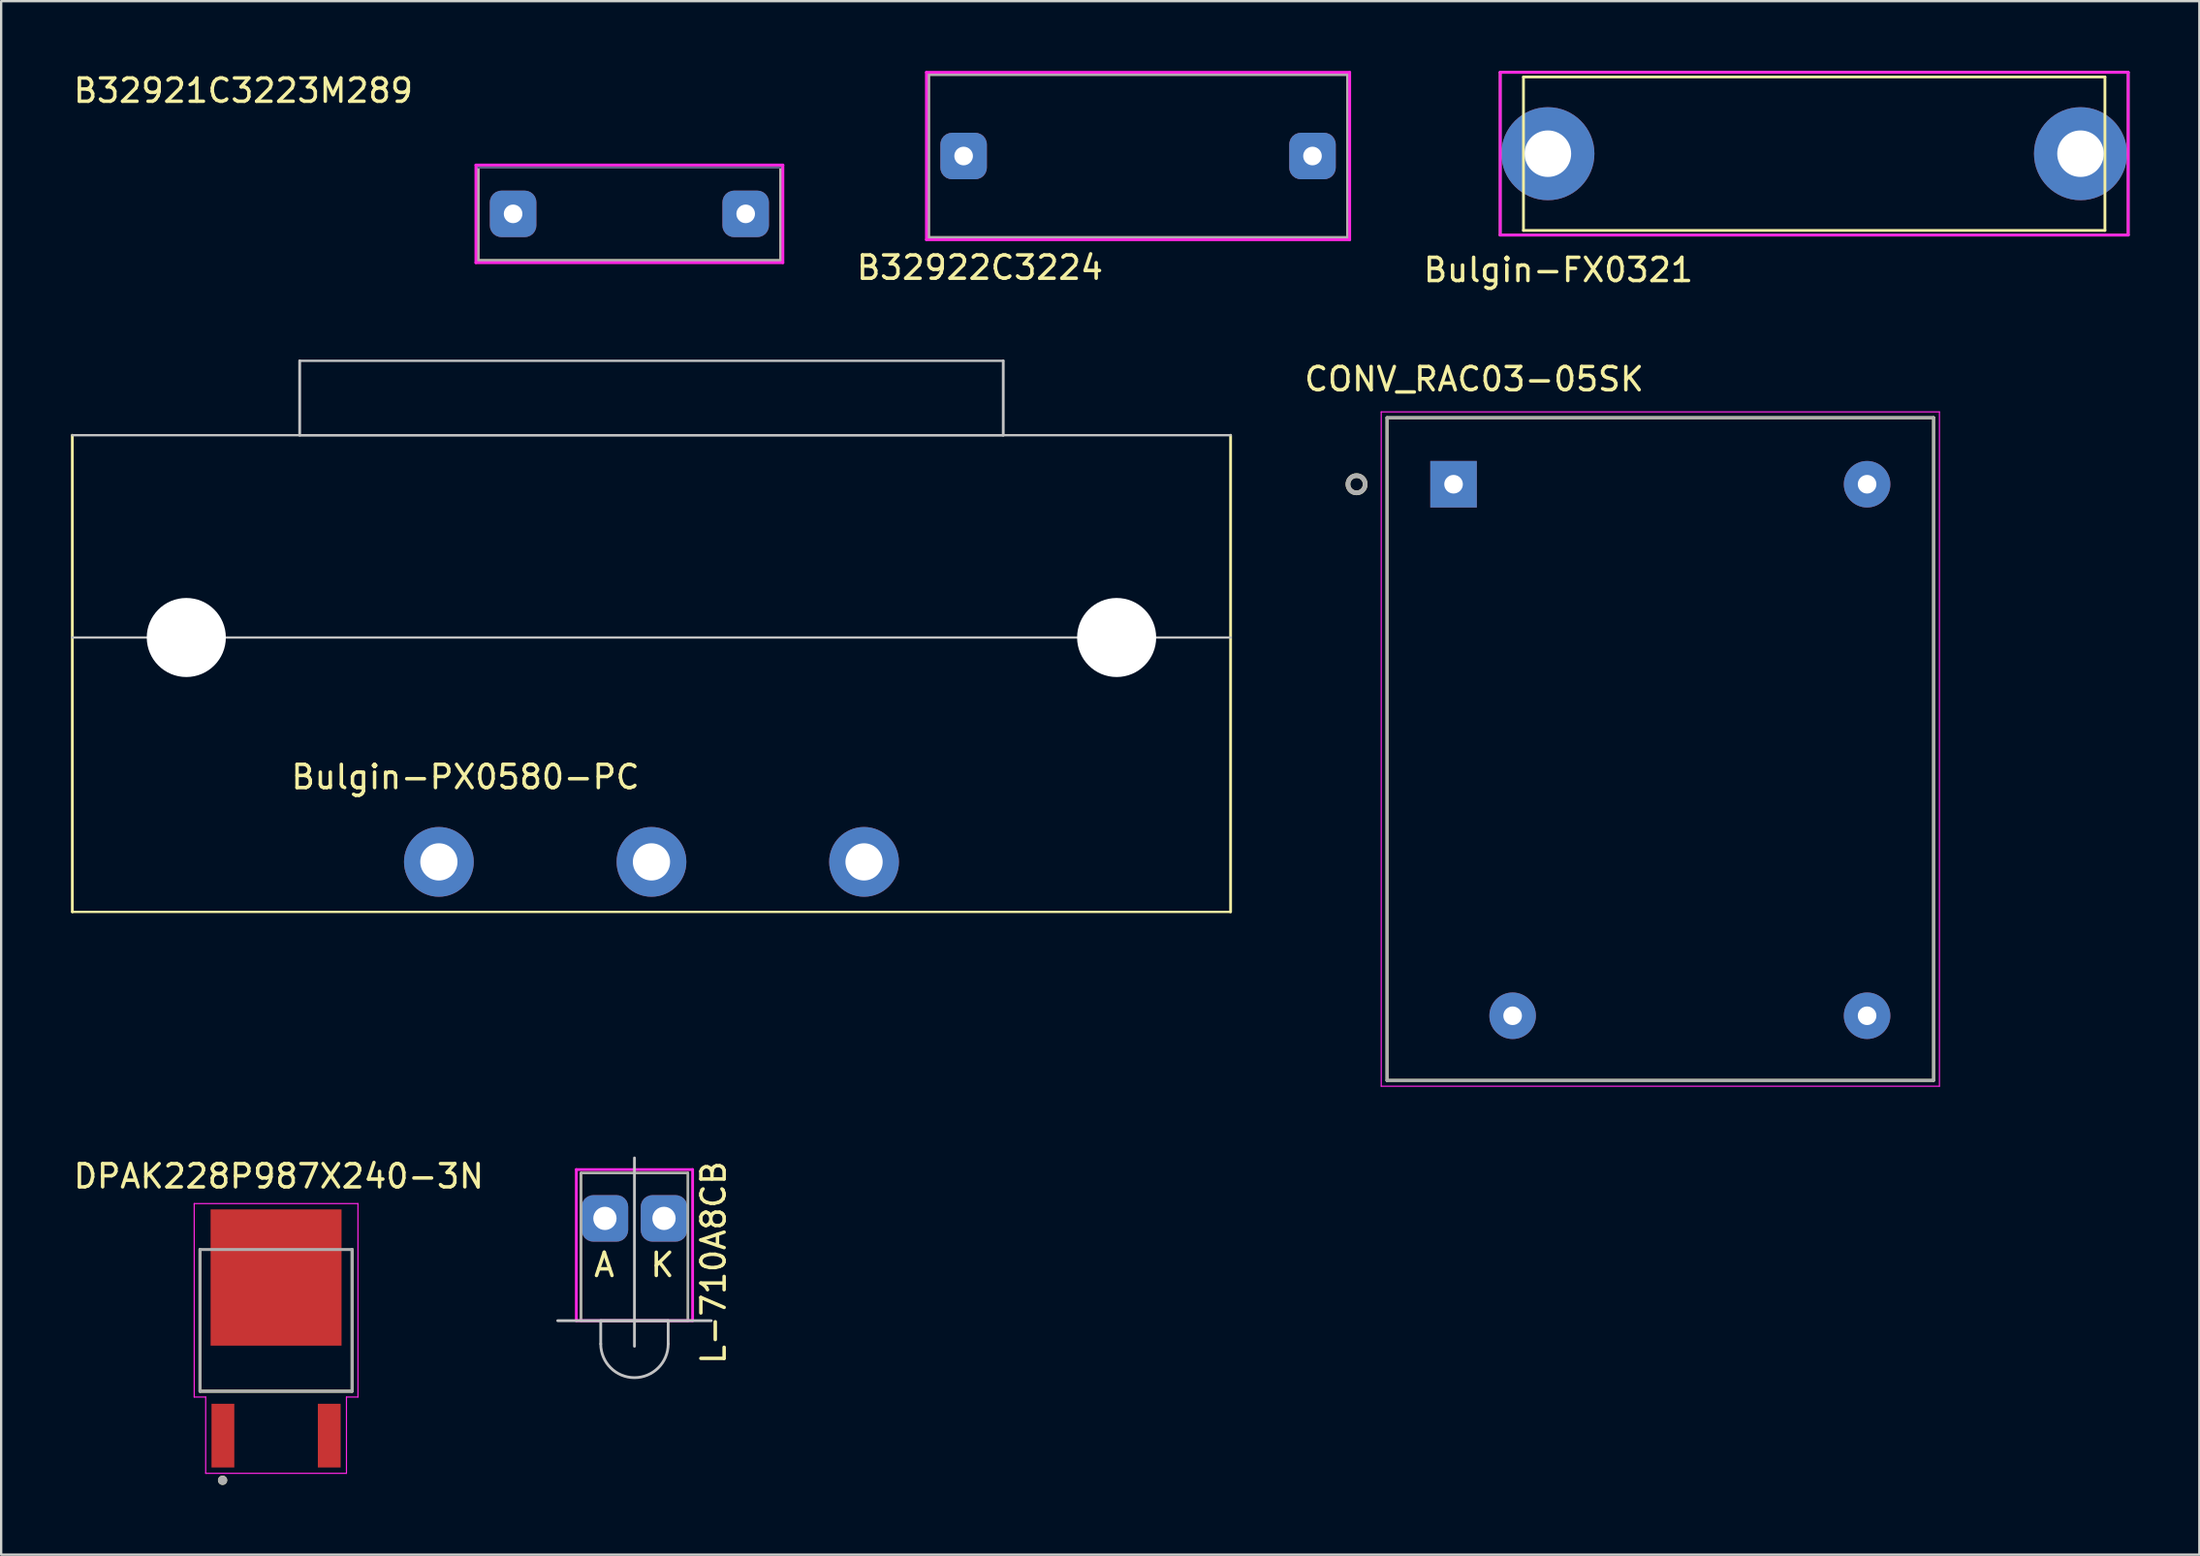
<source format=kicad_pcb>
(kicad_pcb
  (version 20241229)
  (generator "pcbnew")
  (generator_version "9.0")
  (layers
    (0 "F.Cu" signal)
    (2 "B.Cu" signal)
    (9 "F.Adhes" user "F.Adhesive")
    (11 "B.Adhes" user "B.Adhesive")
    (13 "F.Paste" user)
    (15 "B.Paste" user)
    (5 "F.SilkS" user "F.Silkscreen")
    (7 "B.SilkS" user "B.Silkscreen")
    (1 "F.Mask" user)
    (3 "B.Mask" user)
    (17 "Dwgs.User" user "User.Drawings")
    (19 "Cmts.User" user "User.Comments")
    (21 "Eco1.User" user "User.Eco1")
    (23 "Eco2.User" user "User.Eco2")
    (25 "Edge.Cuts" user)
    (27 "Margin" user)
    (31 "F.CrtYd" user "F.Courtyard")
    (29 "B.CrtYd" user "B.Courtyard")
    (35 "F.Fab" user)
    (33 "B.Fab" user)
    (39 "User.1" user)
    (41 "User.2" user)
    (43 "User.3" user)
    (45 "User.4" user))
  (footprint "DPAK228P987X240-3N"
    (layer "F.Cu")
    (at 8.82 54.514)
    (property "Reference" "DPAK228P987X240-3N" (at 0.115 -6.975 0) (layer "F.SilkS") (effects (font (size 1 1) (thickness 0.15))))
    (attr through_hole)
    (fp_line (start -3.27 2.27) (end -3.27 -3.825) (stroke (width 0.127) (type solid)) (layer "F.SilkS"))
    (fp_line (start 3.27 -3.825) (end 3.27 2.27) (stroke (width 0.127) (type solid)) (layer "F.SilkS"))
    (fp_line (start 3.27 2.27) (end -3.27 2.27) (stroke (width 0.127) (type solid)) (layer "F.SilkS"))
    (fp_circle (center -2.3 6.1) (end -2.2 6.1) (stroke (width 0.2) (type solid)) (fill no) (layer "F.SilkS"))
    (fp_poly (pts (xy -2.29 -5.03) (xy -0.53 -5.03) (xy -0.53 -3.15) (xy -2.29 -3.15)) (stroke (width 0.01) (type solid)) (fill yes) (layer "F.Paste"))
    (fp_poly (pts (xy -2.29 -2.09) (xy -0.53 -2.09) (xy -0.53 -0.21) (xy -2.29 -0.21)) (stroke (width 0.01) (type solid)) (fill yes) (layer "F.Paste"))
    (fp_poly (pts (xy 0.53 -5.03) (xy 2.29 -5.03) (xy 2.29 -3.15) (xy 0.53 -3.15)) (stroke (width 0.01) (type solid)) (fill yes) (layer "F.Paste"))
    (fp_poly (pts (xy 0.53 -2.09) (xy 2.29 -2.09) (xy 2.29 -0.21) (xy 0.53 -0.21)) (stroke (width 0.01) (type solid)) (fill yes) (layer "F.Paste"))
    (fp_line (start -3.52 -5.8) (end -3.52 2.52) (stroke (width 0.05) (type solid)) (layer "F.CrtYd"))
    (fp_line (start -3.52 -5.8) (end 3.52 -5.8) (stroke (width 0.05) (type solid)) (layer "F.CrtYd"))
    (fp_line (start -3.52 2.52) (end -3.026 2.52) (stroke (width 0.05) (type solid)) (layer "F.CrtYd"))
    (fp_line (start -3.026 2.52) (end -3.026 5.8) (stroke (width 0.05) (type solid)) (layer "F.CrtYd"))
    (fp_line (start -3.026 5.8) (end 3.026 5.8) (stroke (width 0.05) (type solid)) (layer "F.CrtYd"))
    (fp_line (start 3.026 2.52) (end 3.52 2.52) (stroke (width 0.05) (type solid)) (layer "F.CrtYd"))
    (fp_line (start 3.026 5.8) (end 3.026 2.52) (stroke (width 0.05) (type solid)) (layer "F.CrtYd"))
    (fp_line (start 3.52 2.52) (end 3.52 -5.8) (stroke (width 0.05) (type solid)) (layer "F.CrtYd"))
    (fp_line (start -3.27 -3.825) (end 3.27 -3.825) (stroke (width 0.127) (type solid)) (layer "F.Fab"))
    (fp_line (start -3.27 2.27) (end -3.27 -3.825) (stroke (width 0.127) (type solid)) (layer "F.Fab"))
    (fp_line (start 3.27 -3.825) (end 3.27 2.27) (stroke (width 0.127) (type solid)) (layer "F.Fab"))
    (fp_line (start 3.27 2.27) (end -3.27 2.27) (stroke (width 0.127) (type solid)) (layer "F.Fab"))
    (fp_circle (center -2.3 6.1) (end -2.2 6.1) (stroke (width 0.2) (type solid)) (fill no) (layer "F.Fab"))
    (pad "1" smd rect (at -2.286 4.18) (size 0.98 2.74) (layers "F.Cu" "F.Mask" "F.Paste"))
    (pad "2" smd rect (at 2.286 4.18) (size 0.98 2.74) (layers "F.Cu" "F.Mask" "F.Paste"))
    (pad "3" smd rect (at 0 -2.62) (size 5.63 5.86) (layers "F.Cu" "F.Mask")))
  (footprint "L-710A8CB"
    (layer "F.Cu")
    (at 21.929 53.751)
    (property "Reference" "L-710A8CB" (at 5.7 -2.5 90) (layer "F.SilkS") (effects (font (size 1 1) (thickness 0.15))))
    (attr through_hole)
    (fp_line (start 0 -6.35) (end 0 0) (stroke (width 0.1) (type solid)) (layer "F.SilkS"))
    (fp_line (start 0 -6.35) (end 4.6 -6.35) (stroke (width 0.1) (type solid)) (layer "F.SilkS"))
    (fp_line (start 0 0) (end 4.6 0) (stroke (width 0.1) (type solid)) (layer "F.SilkS"))
    (fp_line (start 4.6 -6.35) (end 4.6 0) (stroke (width 0.1) (type solid)) (layer "F.SilkS"))
    (fp_line (start -1 0) (end 5.6 0) (stroke (width 0.12) (type solid)) (layer "Dwgs.User"))
    (fp_line (start 0.85 0) (end 3.75 0) (stroke (width 0.12) (type solid)) (layer "Dwgs.User"))
    (fp_line (start 0.85 1) (end 0.85 0) (stroke (width 0.12) (type solid)) (layer "Dwgs.User"))
    (fp_line (start 2.3 -7) (end 2.3 1.1) (stroke (width 0.12) (type solid)) (layer "Dwgs.User"))
    (fp_line (start 3.75 1) (end 3.75 0) (stroke (width 0.12) (type solid)) (layer "Dwgs.User"))
    (fp_arc (start 3.75 1) (mid 2.3 2.45) (end 0.85 1) (stroke (width 0.12) (type solid)) (layer "Dwgs.User"))
    (fp_line (start -0.2 -6.5) (end 4.8 -6.5) (stroke (width 0.12) (type solid)) (layer "F.CrtYd"))
    (fp_line (start -0.2 0) (end -0.2 -6.5) (stroke (width 0.12) (type solid)) (layer "F.CrtYd"))
    (fp_line (start 4.8 -6.5) (end 4.8 0) (stroke (width 0.12) (type solid)) (layer "F.CrtYd"))
    (fp_line (start 4.8 0) (end -0.2 0) (stroke (width 0.12) (type solid)) (layer "F.CrtYd"))
    (fp_line (start 0 -6.35) (end 0 0) (stroke (width 0.1) (type solid)) (layer "F.Fab"))
    (fp_line (start 0 -6.35) (end 4.6 -6.35) (stroke (width 0.1) (type solid)) (layer "F.Fab"))
    (fp_line (start 0 0) (end 4.6 0) (stroke (width 0.1) (type solid)) (layer "F.Fab"))
    (fp_line (start 4.6 -6.35) (end 4.6 0) (stroke (width 0.1) (type solid)) (layer "F.Fab"))
    (fp_text user "A" (at 1 -2.4 0) (layer "F.SilkS") (effects (font (size 1 1) (thickness 0.15))))
    (fp_text user "K" (at 3.5 -2.4 0) (layer "F.SilkS") (effects (font (size 1 1) (thickness 0.15))))
    (pad "1" thru_hole roundrect (at 3.57 -4.4) (size 2 2) (drill 1) (layers "*.Cu" "*.Mask") (roundrect_rratio 0.25))
    (pad "2" thru_hole roundrect (at 1.03 -4.4) (size 2 2) (drill 1) (layers "*.Cu" "*.Mask") (roundrect_rratio 0.25)))
  (footprint "B32921C3223M289"
    (layer "F.Cu")
    (at 17.511 8.148)
    (property "Reference" "B32921C3223M289" (at -10.1 -7.3 0) (layer "F.SilkS") (effects (font (size 1 1) (thickness 0.15))))
    (attr through_hole)
    (fp_line (start 0 -4) (end 0 0) (stroke (width 0.1) (type solid)) (layer "F.SilkS"))
    (fp_line (start 0 0) (end 13 0) (stroke (width 0.1) (type solid)) (layer "F.SilkS"))
    (fp_line (start 13 -4) (end 0 -4) (stroke (width 0.1) (type solid)) (layer "F.SilkS"))
    (fp_line (start 13 0) (end 13 -4) (stroke (width 0.1) (type solid)) (layer "F.SilkS"))
    (fp_line (start -0.1 -4.1) (end 13.1 -4.1) (stroke (width 0.12) (type solid)) (layer "F.CrtYd"))
    (fp_line (start -0.1 0.1) (end -0.1 -4.1) (stroke (width 0.12) (type solid)) (layer "F.CrtYd"))
    (fp_line (start 13.1 -4.1) (end 13.1 0.1) (stroke (width 0.12) (type solid)) (layer "F.CrtYd"))
    (fp_line (start 13.1 0.1) (end -0.1 0.1) (stroke (width 0.12) (type solid)) (layer "F.CrtYd"))
    (fp_line (start 13 -4) (end 0 -4) (stroke (width 0.1) (type solid)) (layer "B.Fab"))
    (fp_line (start 0 -4) (end 0 0) (stroke (width 0.1) (type solid)) (layer "F.Fab"))
    (fp_line (start 0 0) (end 13 0) (stroke (width 0.1) (type solid)) (layer "F.Fab"))
    (fp_line (start 13 0) (end 13 -4) (stroke (width 0.1) (type solid)) (layer "F.Fab"))
    (pad "1" thru_hole roundrect (at 1.5 -2) (size 2 2) (drill 0.8) (layers "*.Cu" "*.Mask") (roundrect_rratio 0.25))
    (pad "2" thru_hole roundrect (at 11.5 -2) (size 2 2) (drill 0.8) (layers "*.Cu" "*.Mask") (roundrect_rratio 0.25)))
  (footprint "B32922C3224"
    (layer "F.Cu")
    (at 36.881 7.16)
    (property "Reference" "B32922C3224" (at 2.2 1.3 0) (layer "F.SilkS") (effects (font (size 1 1) (thickness 0.15))))
    (attr through_hole)
    (fp_line (start 0 -7) (end 0 0) (stroke (width 0.1) (type solid)) (layer "F.SilkS"))
    (fp_line (start 0 0) (end 18 0) (stroke (width 0.1) (type solid)) (layer "F.SilkS"))
    (fp_line (start 18 -7) (end 0 -7) (stroke (width 0.1) (type solid)) (layer "F.SilkS"))
    (fp_line (start 18 0) (end 18 -7) (stroke (width 0.1) (type solid)) (layer "F.SilkS"))
    (fp_line (start -0.1 -7.1) (end 18.1 -7.1) (stroke (width 0.12) (type solid)) (layer "F.CrtYd"))
    (fp_line (start -0.1 0.1) (end -0.1 -7.1) (stroke (width 0.12) (type solid)) (layer "F.CrtYd"))
    (fp_line (start 18.1 -7.1) (end 18.1 0.1) (stroke (width 0.12) (type solid)) (layer "F.CrtYd"))
    (fp_line (start 18.1 0.1) (end -0.1 0.1) (stroke (width 0.12) (type solid)) (layer "F.CrtYd"))
    (fp_line (start 0 -7) (end 0 0) (stroke (width 0.1) (type solid)) (layer "F.Fab"))
    (fp_line (start 0 0) (end 18 0) (stroke (width 0.1) (type solid)) (layer "F.Fab"))
    (fp_line (start 18 -7) (end 0 -7) (stroke (width 0.1) (type solid)) (layer "F.Fab"))
    (fp_line (start 18 0) (end 18 -7) (stroke (width 0.1) (type solid)) (layer "F.Fab"))
    (pad "1" thru_hole roundrect (at 1.5 -3.5) (size 2 2) (drill 0.8) (layers "*.Cu" "*.Mask") (roundrect_rratio 0.25))
    (pad "2" thru_hole roundrect (at 16.5 -3.5) (size 2 2) (drill 0.8) (layers "*.Cu" "*.Mask") (roundrect_rratio 0.25)))
  (footprint "Bulgin-PX0580-PC"
    (layer "F.Cu")
    (at 24.96 24.368)
    (property "Reference" "Bulgin-PX0580-PC" (at -8 6 0) (layer "F.SilkS") (effects (font (size 1 1) (thickness 0.15))))
    (attr through_hole)
    (fp_line (start -24.9 11.8) (end -24.9 -8.7) (stroke (width 0.12) (type solid)) (layer "F.SilkS"))
    (fp_line (start -24.9 11.8) (end 24.9 11.8) (stroke (width 0.1) (type solid)) (layer "F.SilkS"))
    (fp_line (start 24.9 11.8) (end 24.9 -8.7) (stroke (width 0.12) (type solid)) (layer "F.SilkS"))
    (fp_line (start -24.9 -8.7) (end 24.9 -8.7) (stroke (width 0.1) (type solid)) (layer "Dwgs.User"))
    (fp_line (start -24.9 0) (end 24.9 0) (stroke (width 0.1) (type solid)) (layer "Dwgs.User"))
    (fp_line (start -15.125 -11.9) (end -15.125 -8.7) (stroke (width 0.12) (type solid)) (layer "Dwgs.User"))
    (fp_line (start -15.125 -11.9) (end 15.125 -11.9) (stroke (width 0.1) (type solid)) (layer "Dwgs.User"))
    (fp_line (start -15.125 -8.7) (end 15.125 -8.7) (stroke (width 0.1) (type solid)) (layer "Dwgs.User"))
    (fp_line (start 15.125 -11.9) (end 15.125 -8.7) (stroke (width 0.12) (type solid)) (layer "Dwgs.User"))
    (pad "" np_thru_hole circle (at -20 0) (size 3.4 3.4) (drill 3.4) (layers "*.Cu" "*.Mask"))
    (pad "" np_thru_hole circle (at 20 0) (size 3.4 3.4) (drill 3.4) (layers "*.Cu" "*.Mask"))
    (pad "1" thru_hole circle (at -9.14 9.65) (size 3 3) (drill 1.6) (layers "*.Cu" "*.Mask"))
    (pad "2" thru_hole circle (at 0 9.65) (size 3 3) (drill 1.6) (layers "*.Cu" "*.Mask"))
    (pad "3" thru_hole circle (at 9.14 9.65) (size 3 3) (drill 1.6) (layers "*.Cu" "*.Mask")))
  (footprint "Bulgin-FX0321"
    (layer "F.Cu")
    (at 74.952 3.56)
    (property "Reference" "Bulgin-FX0321" (at -11 5 0) (layer "F.SilkS") (effects (font (size 1 1) (thickness 0.15))))
    (attr through_hole)
    (fp_line (start -12.5 -3.3) (end -12.5 3.3) (stroke (width 0.12) (type solid)) (layer "F.SilkS"))
    (fp_line (start -12.5 -3.3) (end 12.5 -3.3) (stroke (width 0.12) (type solid)) (layer "F.SilkS"))
    (fp_line (start -12.5 3.3) (end 12.5 3.3) (stroke (width 0.12) (type solid)) (layer "F.SilkS"))
    (fp_line (start 12.5 -3.3) (end 12.5 3.3) (stroke (width 0.12) (type solid)) (layer "F.SilkS"))
    (fp_line (start -13.5 -3.5) (end -13.5 3.5) (stroke (width 0.12) (type solid)) (layer "F.CrtYd"))
    (fp_line (start -13.5 3.5) (end 13.5 3.5) (stroke (width 0.12) (type solid)) (layer "F.CrtYd"))
    (fp_line (start 13.5 -3.5) (end -13.5 -3.5) (stroke (width 0.12) (type solid)) (layer "F.CrtYd"))
    (fp_line (start 13.5 3.5) (end 13.5 -3.5) (stroke (width 0.12) (type solid)) (layer "F.CrtYd"))
    (fp_line (start -13.5 -3.5) (end -13.5 3.5) (stroke (width 0.12) (type solid)) (layer "F.Fab"))
    (fp_line (start -13.5 3.5) (end 13.5 3.5) (stroke (width 0.12) (type solid)) (layer "F.Fab"))
    (fp_line (start 13.5 -3.5) (end -13.5 -3.5) (stroke (width 0.12) (type solid)) (layer "F.Fab"))
    (fp_line (start 13.5 3.5) (end 13.5 -3.5) (stroke (width 0.12) (type solid)) (layer "F.Fab"))
    (pad "1" thru_hole circle (at -11.45 0) (size 4 4) (drill 2) (layers "*.Cu" "*.Mask"))
    (pad "2" thru_hole circle (at 11.45 0) (size 4 4) (drill 2) (layers "*.Cu" "*.Mask")))
  (footprint "CONV_RAC03-05SK"
    (layer "F.Cu")
    (at 68.336 29.166)
    (property "Reference" "CONV_RAC03-05SK" (at -8.005 -15.909 0) (layer "F.SilkS") (effects (font (size 1 1) (thickness 0.15))))
    (attr through_hole)
    (fp_line (start -11.75 -14.25) (end -11.75 14.25) (stroke (width 0.127) (type solid)) (layer "F.SilkS"))
    (fp_line (start -11.75 14.25) (end 11.75 14.25) (stroke (width 0.127) (type solid)) (layer "F.SilkS"))
    (fp_line (start 11.75 -14.25) (end -11.75 -14.25) (stroke (width 0.127) (type solid)) (layer "F.SilkS"))
    (fp_line (start 11.75 14.25) (end 11.75 -14.25) (stroke (width 0.127) (type solid)) (layer "F.SilkS"))
    (fp_circle (center -13.06 -11.39) (end -12.7 -11.3) (stroke (width 0.2) (type solid)) (fill no) (layer "F.SilkS"))
    (fp_line (start -12 14.5) (end -12 -14.5) (stroke (width 0.05) (type solid)) (layer "F.CrtYd"))
    (fp_line (start -12 14.5) (end 12 14.5) (stroke (width 0.05) (type solid)) (layer "F.CrtYd"))
    (fp_line (start 12 -14.5) (end -12 -14.5) (stroke (width 0.05) (type solid)) (layer "F.CrtYd"))
    (fp_line (start 12 -14.5) (end 12 14.5) (stroke (width 0.05) (type solid)) (layer "F.CrtYd"))
    (fp_line (start -11.75 -14.25) (end -11.75 14.25) (stroke (width 0.127) (type solid)) (layer "F.Fab"))
    (fp_line (start -11.75 14.25) (end 11.75 14.25) (stroke (width 0.127) (type solid)) (layer "F.Fab"))
    (fp_line (start 11.75 -14.25) (end -11.75 -14.25) (stroke (width 0.127) (type solid)) (layer "F.Fab"))
    (fp_line (start 11.75 14.25) (end 11.75 -14.25) (stroke (width 0.127) (type solid)) (layer "F.Fab"))
    (fp_circle (center -13.06 -11.39) (end -12.7 -11.3) (stroke (width 0.2) (type solid)) (fill no) (layer "F.Fab"))
    (pad "1" thru_hole rect (at -8.89 -11.39) (size 2 2) (drill 0.8) (layers "*.Cu" "*.Mask"))
    (pad "2" thru_hole circle (at -6.35 11.47) (size 2 2) (drill 0.8) (layers "*.Cu" "*.Mask"))
    (pad "3" thru_hole circle (at 8.89 11.47) (size 2 2) (drill 0.8) (layers "*.Cu" "*.Mask"))
    (pad "4" thru_hole circle (at 8.89 -11.39) (size 2 2) (drill 0.8) (layers "*.Cu" "*.Mask")))
  (gr_rect
    (start -3 -3)
    (end 91.512 63.814)
    (stroke (width 0.1) (type default))
    (fill no)
    (layer "Edge.Cuts")))
</source>
